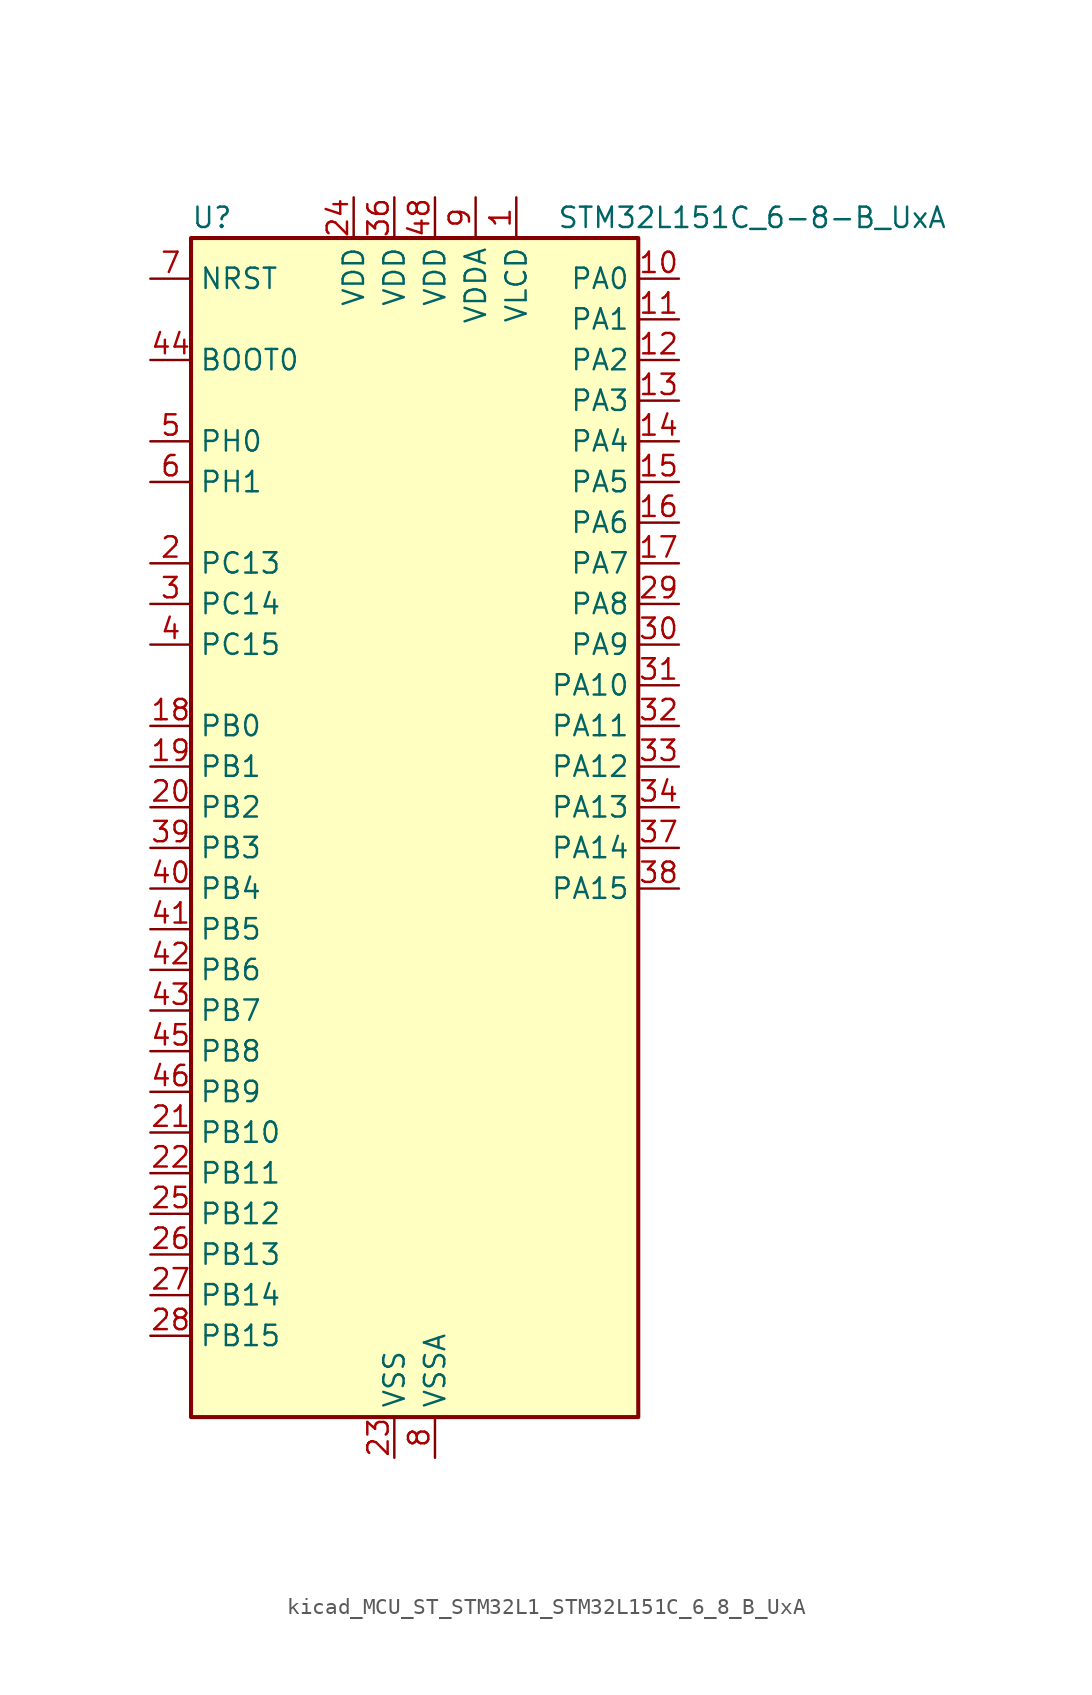
<source format=kicad_sym>
(kicad_symbol_lib
  (version 20220914)
  (generator kicad_symbol_editor)
  (symbol "kicad_MCU_ST_STM32L1_STM32L151C_6_8_B_UxA"
    (property "Reference" "U"
      (at -12.7 39.37 0)
      (effects (font (size 1.27 1.27)) (justify left)))
    (property "Value" "STM32L151C_6-8-B_UxA"
      (at 10.16 39.37 0)
      (effects (font (size 1.27 1.27)) (justify left)))
    (property "ki_locked" ""
      (at 0 0 0)
      (effects (font (size 1.27 1.27))))
    (symbol "kicad_MCU_ST_STM32L1_STM32L151C_6_8_B_UxA_0_1"
      (rectangle (start -12.7 -35.56) (end 15.24 38.1) (stroke (width 0.254) (type default)) (fill (type background))))
    (symbol "kicad_MCU_ST_STM32L1_STM32L151C_6_8_B_UxA_1_1"
      (pin power_in line (at 7.62 40.64 270) (length 2.54) (name "VLCD" (effects (font (size 1.27 1.27)))) (number "1" (effects (font (size 1.27 1.27)))))
      (pin bidirectional line (at 17.78 35.56 180) (length 2.54) (name "PA0" (effects (font (size 1.27 1.27)))) (number "10" (effects (font (size 1.27 1.27)))) (alternate "ADC_IN0" bidirectional line) (alternate "COMP1_INP" bidirectional line) (alternate "RTC_TAMP2" bidirectional line) (alternate "SYS_WKUP1" bidirectional line) (alternate "TIM2_CH1" bidirectional line) (alternate "TIM2_ETR" bidirectional line) (alternate "TIMX_IC1" bidirectional line) (alternate "TS_G1_IO1" bidirectional line) (alternate "USART2_CTS" bidirectional line))
      (pin bidirectional line (at 17.78 33.02 180) (length 2.54) (name "PA1" (effects (font (size 1.27 1.27)))) (number "11" (effects (font (size 1.27 1.27)))) (alternate "ADC_IN1" bidirectional line) (alternate "COMP1_INP" bidirectional line) (alternate "TIM2_CH2" bidirectional line) (alternate "TIMX_IC2" bidirectional line) (alternate "TS_G1_IO2" bidirectional line) (alternate "USART2_RTS" bidirectional line))
      (pin bidirectional line (at 17.78 30.48 180) (length 2.54) (name "PA2" (effects (font (size 1.27 1.27)))) (number "12" (effects (font (size 1.27 1.27)))) (alternate "ADC_IN2" bidirectional line) (alternate "COMP1_INP" bidirectional line) (alternate "TIM2_CH3" bidirectional line) (alternate "TIM9_CH1" bidirectional line) (alternate "TIMX_IC3" bidirectional line) (alternate "TS_G1_IO3" bidirectional line) (alternate "USART2_TX" bidirectional line))
      (pin bidirectional line (at 17.78 27.94 180) (length 2.54) (name "PA3" (effects (font (size 1.27 1.27)))) (number "13" (effects (font (size 1.27 1.27)))) (alternate "ADC_IN3" bidirectional line) (alternate "COMP1_INP" bidirectional line) (alternate "TIM2_CH4" bidirectional line) (alternate "TIM9_CH2" bidirectional line) (alternate "TIMX_IC4" bidirectional line) (alternate "TS_G1_IO4" bidirectional line) (alternate "USART2_RX" bidirectional line))
      (pin bidirectional line (at 17.78 25.4 180) (length 2.54) (name "PA4" (effects (font (size 1.27 1.27)))) (number "14" (effects (font (size 1.27 1.27)))) (alternate "ADC_IN4" bidirectional line) (alternate "COMP1_INP" bidirectional line) (alternate "DAC_OUT1" bidirectional line) (alternate "SPI1_NSS" bidirectional line) (alternate "TIMX_IC1" bidirectional line) (alternate "USART2_CK" bidirectional line))
      (pin bidirectional line (at 17.78 22.86 180) (length 2.54) (name "PA5" (effects (font (size 1.27 1.27)))) (number "15" (effects (font (size 1.27 1.27)))) (alternate "ADC_IN5" bidirectional line) (alternate "COMP1_INP" bidirectional line) (alternate "DAC_OUT2" bidirectional line) (alternate "SPI1_SCK" bidirectional line) (alternate "TIM2_CH1" bidirectional line) (alternate "TIM2_ETR" bidirectional line) (alternate "TIMX_IC2" bidirectional line))
      (pin bidirectional line (at 17.78 20.32 180) (length 2.54) (name "PA6" (effects (font (size 1.27 1.27)))) (number "16" (effects (font (size 1.27 1.27)))) (alternate "ADC_IN6" bidirectional line) (alternate "COMP1_INP" bidirectional line) (alternate "SPI1_MISO" bidirectional line) (alternate "TIM10_CH1" bidirectional line) (alternate "TIM3_CH1" bidirectional line) (alternate "TIMX_IC3" bidirectional line) (alternate "TS_G2_IO1" bidirectional line))
      (pin bidirectional line (at 17.78 17.78 180) (length 2.54) (name "PA7" (effects (font (size 1.27 1.27)))) (number "17" (effects (font (size 1.27 1.27)))) (alternate "ADC_IN7" bidirectional line) (alternate "COMP1_INP" bidirectional line) (alternate "SPI1_MOSI" bidirectional line) (alternate "TIM11_CH1" bidirectional line) (alternate "TIM3_CH2" bidirectional line) (alternate "TIMX_IC4" bidirectional line) (alternate "TS_G2_IO2" bidirectional line))
      (pin bidirectional line (at -15.24 7.62 0) (length 2.54) (name "PB0" (effects (font (size 1.27 1.27)))) (number "18" (effects (font (size 1.27 1.27)))) (alternate "ADC_IN8" bidirectional line) (alternate "COMP1_INP" bidirectional line) (alternate "SYS_V_REF_OUT" bidirectional line) (alternate "TIM3_CH3" bidirectional line) (alternate "TS_G3_IO1" bidirectional line))
      (pin bidirectional line (at -15.24 5.08 0) (length 2.54) (name "PB1" (effects (font (size 1.27 1.27)))) (number "19" (effects (font (size 1.27 1.27)))) (alternate "ADC_IN9" bidirectional line) (alternate "COMP1_INP" bidirectional line) (alternate "SYS_V_REF_OUT" bidirectional line) (alternate "TIM3_CH4" bidirectional line) (alternate "TS_G3_IO2" bidirectional line))
      (pin bidirectional line (at -15.24 17.78 0) (length 2.54) (name "PC13" (effects (font (size 1.27 1.27)))) (number "2" (effects (font (size 1.27 1.27)))) (alternate "RTC_OUT_ALARM" bidirectional line) (alternate "RTC_OUT_CALIB" bidirectional line) (alternate "RTC_TAMP1" bidirectional line) (alternate "RTC_TS" bidirectional line) (alternate "SYS_WKUP2" bidirectional line) (alternate "TIMX_IC2" bidirectional line))
      (pin bidirectional line (at -15.24 2.54 0) (length 2.54) (name "PB2" (effects (font (size 1.27 1.27)))) (number "20" (effects (font (size 1.27 1.27)))) (alternate "TS_G3_IO3" bidirectional line))
      (pin bidirectional line (at -15.24 -17.78 0) (length 2.54) (name "PB10" (effects (font (size 1.27 1.27)))) (number "21" (effects (font (size 1.27 1.27)))) (alternate "I2C2_SCL" bidirectional line) (alternate "TIM2_CH3" bidirectional line) (alternate "USART3_TX" bidirectional line))
      (pin bidirectional line (at -15.24 -20.32 0) (length 2.54) (name "PB11" (effects (font (size 1.27 1.27)))) (number "22" (effects (font (size 1.27 1.27)))) (alternate "ADC_EXTI11" bidirectional line) (alternate "I2C2_SDA" bidirectional line) (alternate "TIM2_CH4" bidirectional line) (alternate "USART3_RX" bidirectional line))
      (pin power_in line (at 0 -38.1 90) (length 2.54) (name "VSS" (effects (font (size 1.27 1.27)))) (number "23" (effects (font (size 1.27 1.27)))))
      (pin power_in line (at -2.54 40.64 270) (length 2.54) (name "VDD" (effects (font (size 1.27 1.27)))) (number "24" (effects (font (size 1.27 1.27)))))
      (pin bidirectional line (at -15.24 -22.86 0) (length 2.54) (name "PB12" (effects (font (size 1.27 1.27)))) (number "25" (effects (font (size 1.27 1.27)))) (alternate "ADC_IN18" bidirectional line) (alternate "COMP1_INP" bidirectional line) (alternate "I2C2_SMBA" bidirectional line) (alternate "SPI2_NSS" bidirectional line) (alternate "TIM10_CH1" bidirectional line) (alternate "TS_G7_IO1" bidirectional line) (alternate "USART3_CK" bidirectional line))
      (pin bidirectional line (at -15.24 -25.4 0) (length 2.54) (name "PB13" (effects (font (size 1.27 1.27)))) (number "26" (effects (font (size 1.27 1.27)))) (alternate "ADC_IN19" bidirectional line) (alternate "COMP1_INP" bidirectional line) (alternate "SPI2_SCK" bidirectional line) (alternate "TIM9_CH1" bidirectional line) (alternate "TS_G7_IO2" bidirectional line) (alternate "USART3_CTS" bidirectional line))
      (pin bidirectional line (at -15.24 -27.94 0) (length 2.54) (name "PB14" (effects (font (size 1.27 1.27)))) (number "27" (effects (font (size 1.27 1.27)))) (alternate "ADC_IN20" bidirectional line) (alternate "COMP1_INP" bidirectional line) (alternate "SPI2_MISO" bidirectional line) (alternate "TIM9_CH2" bidirectional line) (alternate "TS_G7_IO3" bidirectional line) (alternate "USART3_RTS" bidirectional line))
      (pin bidirectional line (at -15.24 -30.48 0) (length 2.54) (name "PB15" (effects (font (size 1.27 1.27)))) (number "28" (effects (font (size 1.27 1.27)))) (alternate "ADC_EXTI15" bidirectional line) (alternate "ADC_IN21" bidirectional line) (alternate "COMP1_INP" bidirectional line) (alternate "RTC_REFIN" bidirectional line) (alternate "SPI2_MOSI" bidirectional line) (alternate "TIM11_CH1" bidirectional line) (alternate "TS_G7_IO4" bidirectional line))
      (pin bidirectional line (at 17.78 15.24 180) (length 2.54) (name "PA8" (effects (font (size 1.27 1.27)))) (number "29" (effects (font (size 1.27 1.27)))) (alternate "RCC_MCO" bidirectional line) (alternate "TIMX_IC1" bidirectional line) (alternate "TS_G4_IO1" bidirectional line) (alternate "USART1_CK" bidirectional line))
      (pin bidirectional line (at -15.24 15.24 0) (length 2.54) (name "PC14" (effects (font (size 1.27 1.27)))) (number "3" (effects (font (size 1.27 1.27)))) (alternate "RCC_OSC32_IN" bidirectional line) (alternate "TIMX_IC3" bidirectional line))
      (pin bidirectional line (at 17.78 12.7 180) (length 2.54) (name "PA9" (effects (font (size 1.27 1.27)))) (number "30" (effects (font (size 1.27 1.27)))) (alternate "DAC_EXTI9" bidirectional line) (alternate "TIMX_IC2" bidirectional line) (alternate "TS_G4_IO2" bidirectional line) (alternate "USART1_TX" bidirectional line))
      (pin bidirectional line (at 17.78 10.16 180) (length 2.54) (name "PA10" (effects (font (size 1.27 1.27)))) (number "31" (effects (font (size 1.27 1.27)))) (alternate "TIMX_IC3" bidirectional line) (alternate "TS_G4_IO3" bidirectional line) (alternate "USART1_RX" bidirectional line))
      (pin bidirectional line (at 17.78 7.62 180) (length 2.54) (name "PA11" (effects (font (size 1.27 1.27)))) (number "32" (effects (font (size 1.27 1.27)))) (alternate "ADC_EXTI11" bidirectional line) (alternate "SPI1_MISO" bidirectional line) (alternate "TIMX_IC4" bidirectional line) (alternate "USART1_CTS" bidirectional line) (alternate "USB_DM" bidirectional line))
      (pin bidirectional line (at 17.78 5.08 180) (length 2.54) (name "PA12" (effects (font (size 1.27 1.27)))) (number "33" (effects (font (size 1.27 1.27)))) (alternate "SPI1_MOSI" bidirectional line) (alternate "TIMX_IC1" bidirectional line) (alternate "USART1_RTS" bidirectional line) (alternate "USB_DP" bidirectional line))
      (pin bidirectional line (at 17.78 2.54 180) (length 2.54) (name "PA13" (effects (font (size 1.27 1.27)))) (number "34" (effects (font (size 1.27 1.27)))) (alternate "SYS_JTMS-SWDIO" bidirectional line) (alternate "TIMX_IC2" bidirectional line) (alternate "TS_G5_IO1" bidirectional line))
      (pin passive line (at 0 -38.1 90) (length 2.54) hide (name "VSS" (effects (font (size 1.27 1.27)))) (number "35" (effects (font (size 1.27 1.27)))))
      (pin power_in line (at 0 40.64 270) (length 2.54) (name "VDD" (effects (font (size 1.27 1.27)))) (number "36" (effects (font (size 1.27 1.27)))))
      (pin bidirectional line (at 17.78 0 180) (length 2.54) (name "PA14" (effects (font (size 1.27 1.27)))) (number "37" (effects (font (size 1.27 1.27)))) (alternate "SYS_JTCK-SWCLK" bidirectional line) (alternate "TIMX_IC3" bidirectional line) (alternate "TS_G5_IO2" bidirectional line))
      (pin bidirectional line (at 17.78 -2.54 180) (length 2.54) (name "PA15" (effects (font (size 1.27 1.27)))) (number "38" (effects (font (size 1.27 1.27)))) (alternate "ADC_EXTI15" bidirectional line) (alternate "SPI1_NSS" bidirectional line) (alternate "SYS_JTDI" bidirectional line) (alternate "TIM2_CH1" bidirectional line) (alternate "TIM2_ETR" bidirectional line) (alternate "TIMX_IC4" bidirectional line) (alternate "TS_G5_IO3" bidirectional line))
      (pin bidirectional line (at -15.24 0 0) (length 2.54) (name "PB3" (effects (font (size 1.27 1.27)))) (number "39" (effects (font (size 1.27 1.27)))) (alternate "COMP2_INM" bidirectional line) (alternate "SPI1_SCK" bidirectional line) (alternate "SYS_JTDO-TRACESWO" bidirectional line) (alternate "TIM2_CH2" bidirectional line))
      (pin bidirectional line (at -15.24 12.7 0) (length 2.54) (name "PC15" (effects (font (size 1.27 1.27)))) (number "4" (effects (font (size 1.27 1.27)))) (alternate "ADC_EXTI15" bidirectional line) (alternate "RCC_OSC32_OUT" bidirectional line) (alternate "TIMX_IC4" bidirectional line))
      (pin bidirectional line (at -15.24 -2.54 0) (length 2.54) (name "PB4" (effects (font (size 1.27 1.27)))) (number "40" (effects (font (size 1.27 1.27)))) (alternate "COMP2_INP" bidirectional line) (alternate "SPI1_MISO" bidirectional line) (alternate "SYS_JTRST" bidirectional line) (alternate "TIM3_CH1" bidirectional line) (alternate "TS_G6_IO1" bidirectional line))
      (pin bidirectional line (at -15.24 -5.08 0) (length 2.54) (name "PB5" (effects (font (size 1.27 1.27)))) (number "41" (effects (font (size 1.27 1.27)))) (alternate "COMP2_INP" bidirectional line) (alternate "I2C1_SMBA" bidirectional line) (alternate "SPI1_MOSI" bidirectional line) (alternate "TIM3_CH2" bidirectional line) (alternate "TS_G6_IO2" bidirectional line))
      (pin bidirectional line (at -15.24 -7.62 0) (length 2.54) (name "PB6" (effects (font (size 1.27 1.27)))) (number "42" (effects (font (size 1.27 1.27)))) (alternate "I2C1_SCL" bidirectional line) (alternate "TIM4_CH1" bidirectional line) (alternate "TS_G6_IO3" bidirectional line) (alternate "USART1_TX" bidirectional line))
      (pin bidirectional line (at -15.24 -10.16 0) (length 2.54) (name "PB7" (effects (font (size 1.27 1.27)))) (number "43" (effects (font (size 1.27 1.27)))) (alternate "I2C1_SDA" bidirectional line) (alternate "SYS_PVD_IN" bidirectional line) (alternate "TIM4_CH2" bidirectional line) (alternate "TS_G6_IO4" bidirectional line) (alternate "USART1_RX" bidirectional line))
      (pin input line (at -15.24 30.48 0) (length 2.54) (name "BOOT0" (effects (font (size 1.27 1.27)))) (number "44" (effects (font (size 1.27 1.27)))))
      (pin bidirectional line (at -15.24 -12.7 0) (length 2.54) (name "PB8" (effects (font (size 1.27 1.27)))) (number "45" (effects (font (size 1.27 1.27)))) (alternate "I2C1_SCL" bidirectional line) (alternate "TIM10_CH1" bidirectional line) (alternate "TIM4_CH3" bidirectional line))
      (pin bidirectional line (at -15.24 -15.24 0) (length 2.54) (name "PB9" (effects (font (size 1.27 1.27)))) (number "46" (effects (font (size 1.27 1.27)))) (alternate "DAC_EXTI9" bidirectional line) (alternate "I2C1_SDA" bidirectional line) (alternate "TIM11_CH1" bidirectional line) (alternate "TIM4_CH4" bidirectional line))
      (pin passive line (at 0 -38.1 90) (length 2.54) hide (name "VSS" (effects (font (size 1.27 1.27)))) (number "47" (effects (font (size 1.27 1.27)))))
      (pin power_in line (at 2.54 40.64 270) (length 2.54) (name "VDD" (effects (font (size 1.27 1.27)))) (number "48" (effects (font (size 1.27 1.27)))))
      (pin passive line (at 0 -38.1 90) (length 2.54) hide (name "VSS" (effects (font (size 1.27 1.27)))) (number "49" (effects (font (size 1.27 1.27)))))
      (pin bidirectional line (at -15.24 25.4 0) (length 2.54) (name "PH0" (effects (font (size 1.27 1.27)))) (number "5" (effects (font (size 1.27 1.27)))) (alternate "RCC_OSC_IN" bidirectional line))
      (pin bidirectional line (at -15.24 22.86 0) (length 2.54) (name "PH1" (effects (font (size 1.27 1.27)))) (number "6" (effects (font (size 1.27 1.27)))) (alternate "RCC_OSC_OUT" bidirectional line))
      (pin input line (at -15.24 35.56 0) (length 2.54) (name "NRST" (effects (font (size 1.27 1.27)))) (number "7" (effects (font (size 1.27 1.27)))))
      (pin power_in line (at 2.54 -38.1 90) (length 2.54) (name "VSSA" (effects (font (size 1.27 1.27)))) (number "8" (effects (font (size 1.27 1.27)))))
      (pin power_in line (at 5.08 40.64 270) (length 2.54) (name "VDDA" (effects (font (size 1.27 1.27)))) (number "9" (effects (font (size 1.27 1.27))))))))
</source>
